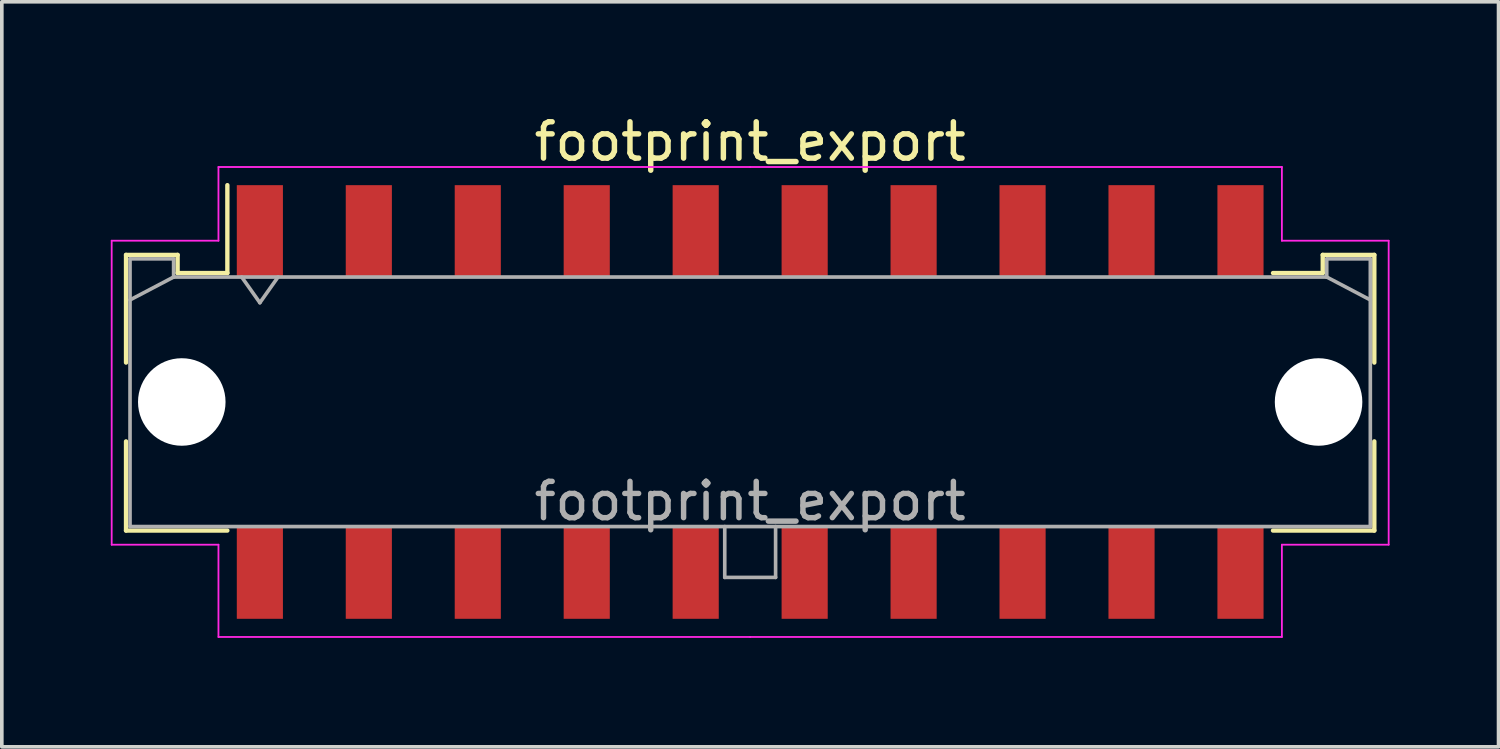
<source format=kicad_pcb>
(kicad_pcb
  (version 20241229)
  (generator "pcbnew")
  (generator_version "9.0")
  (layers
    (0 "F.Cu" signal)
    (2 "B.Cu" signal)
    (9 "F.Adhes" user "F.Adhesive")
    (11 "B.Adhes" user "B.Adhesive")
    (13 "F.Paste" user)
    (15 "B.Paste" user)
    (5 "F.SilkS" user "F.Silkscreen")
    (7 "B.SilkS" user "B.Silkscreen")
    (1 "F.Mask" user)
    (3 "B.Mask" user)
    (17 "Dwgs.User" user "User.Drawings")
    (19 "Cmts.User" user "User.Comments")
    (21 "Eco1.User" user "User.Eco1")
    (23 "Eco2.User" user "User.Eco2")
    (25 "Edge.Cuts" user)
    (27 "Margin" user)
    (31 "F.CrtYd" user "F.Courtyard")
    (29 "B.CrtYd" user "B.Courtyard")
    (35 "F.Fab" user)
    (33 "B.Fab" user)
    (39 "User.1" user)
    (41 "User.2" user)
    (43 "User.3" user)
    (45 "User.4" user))
  (footprint "footprint_export"
    (layer "F.Cu")
    (at 17.605 8.018)
    (property "Reference" "footprint_export" (at 0 -7.17 0) (layer "F.SilkS") (effects (font (size 1 1) (thickness 0.15))))
    (attr smd)
    (fp_line (start -17.185 -4.05) (end -15.765 -4.05) (stroke (width 0.12) (type solid)) (layer "F.SilkS"))
    (fp_line (start -17.185 -1.085) (end -17.185 -4.05) (stroke (width 0.12) (type solid)) (layer "F.SilkS"))
    (fp_line (start -17.185 1.085) (end -17.185 3.54) (stroke (width 0.12) (type solid)) (layer "F.SilkS"))
    (fp_line (start -17.185 3.54) (end -14.395 3.54) (stroke (width 0.12) (type solid)) (layer "F.SilkS"))
    (fp_line (start -15.765 -4.05) (end -15.765 -3.55) (stroke (width 0.12) (type solid)) (layer "F.SilkS"))
    (fp_line (start -15.765 -3.55) (end -14.395 -3.55) (stroke (width 0.12) (type solid)) (layer "F.SilkS"))
    (fp_line (start -14.395 -3.55) (end -14.395 -5.97) (stroke (width 0.12) (type solid)) (layer "F.SilkS"))
    (fp_line (start 15.765 -4.05) (end 15.765 -3.55) (stroke (width 0.12) (type solid)) (layer "F.SilkS"))
    (fp_line (start 15.765 -3.55) (end 14.395 -3.55) (stroke (width 0.12) (type solid)) (layer "F.SilkS"))
    (fp_line (start 17.185 -4.05) (end 15.765 -4.05) (stroke (width 0.12) (type solid)) (layer "F.SilkS"))
    (fp_line (start 17.185 -1.085) (end 17.185 -4.05) (stroke (width 0.12) (type solid)) (layer "F.SilkS"))
    (fp_line (start 17.185 1.085) (end 17.185 3.54) (stroke (width 0.12) (type solid)) (layer "F.SilkS"))
    (fp_line (start 17.185 3.54) (end 14.395 3.54) (stroke (width 0.12) (type solid)) (layer "F.SilkS"))
    (fp_line (start -17.58 -4.44) (end -17.58 3.93) (stroke (width 0.05) (type solid)) (layer "F.CrtYd"))
    (fp_line (start -17.58 3.93) (end -14.64 3.93) (stroke (width 0.05) (type solid)) (layer "F.CrtYd"))
    (fp_line (start -14.64 -6.47) (end -14.64 -4.44) (stroke (width 0.05) (type solid)) (layer "F.CrtYd"))
    (fp_line (start -14.64 -4.44) (end -17.58 -4.44) (stroke (width 0.05) (type solid)) (layer "F.CrtYd"))
    (fp_line (start -14.64 3.93) (end -14.64 6.47) (stroke (width 0.05) (type solid)) (layer "F.CrtYd"))
    (fp_line (start -14.64 6.47) (end 0 6.47) (stroke (width 0.05) (type solid)) (layer "F.CrtYd"))
    (fp_line (start 0 -6.47) (end -14.64 -6.47) (stroke (width 0.05) (type solid)) (layer "F.CrtYd"))
    (fp_line (start 0 -6.47) (end 14.64 -6.47) (stroke (width 0.05) (type solid)) (layer "F.CrtYd"))
    (fp_line (start 14.64 -6.47) (end 14.64 -4.44) (stroke (width 0.05) (type solid)) (layer "F.CrtYd"))
    (fp_line (start 14.64 -4.44) (end 17.58 -4.44) (stroke (width 0.05) (type solid)) (layer "F.CrtYd"))
    (fp_line (start 14.64 3.93) (end 14.64 6.47) (stroke (width 0.05) (type solid)) (layer "F.CrtYd"))
    (fp_line (start 14.64 6.47) (end 0 6.47) (stroke (width 0.05) (type solid)) (layer "F.CrtYd"))
    (fp_line (start 17.58 -4.44) (end 17.58 3.93) (stroke (width 0.05) (type solid)) (layer "F.CrtYd"))
    (fp_line (start 17.58 3.93) (end 14.64 3.93) (stroke (width 0.05) (type solid)) (layer "F.CrtYd"))
    (fp_line (start -17.075 -3.94) (end -17.075 3.43) (stroke (width 0.1) (type solid)) (layer "F.Fab"))
    (fp_line (start -17.075 -2.81) (end -15.875 -3.44) (stroke (width 0.1) (type solid)) (layer "F.Fab"))
    (fp_line (start -17.075 3.43) (end 17.075 3.43) (stroke (width 0.1) (type solid)) (layer "F.Fab"))
    (fp_line (start -15.875 -3.94) (end -17.075 -3.94) (stroke (width 0.1) (type solid)) (layer "F.Fab"))
    (fp_line (start -15.875 -3.44) (end -15.875 -3.94) (stroke (width 0.1) (type solid)) (layer "F.Fab"))
    (fp_line (start -14 -3.44) (end -13.5 -2.733) (stroke (width 0.1) (type solid)) (layer "F.Fab"))
    (fp_line (start -13.5 -2.733) (end -13 -3.44) (stroke (width 0.1) (type solid)) (layer "F.Fab"))
    (fp_line (start -0.7 3.43) (end -0.7 4.83) (stroke (width 0.1) (type solid)) (layer "F.Fab"))
    (fp_line (start -0.7 4.83) (end 0.7 4.83) (stroke (width 0.1) (type solid)) (layer "F.Fab"))
    (fp_line (start 0.7 4.83) (end 0.7 3.43) (stroke (width 0.1) (type solid)) (layer "F.Fab"))
    (fp_line (start 15.875 -3.94) (end 15.875 -3.44) (stroke (width 0.1) (type solid)) (layer "F.Fab"))
    (fp_line (start 15.875 -3.44) (end -15.875 -3.44) (stroke (width 0.1) (type solid)) (layer "F.Fab"))
    (fp_line (start 17.075 -3.94) (end 15.875 -3.94) (stroke (width 0.1) (type solid)) (layer "F.Fab"))
    (fp_line (start 17.075 -2.81) (end 15.875 -3.44) (stroke (width 0.1) (type solid)) (layer "F.Fab"))
    (fp_line (start 17.075 3.43) (end 17.075 -3.94) (stroke (width 0.1) (type solid)) (layer "F.Fab"))
    (fp_text user "${REFERENCE}" (at 0 2.73 0) (layer "F.Fab") (effects (font (size 1 1) (thickness 0.15))))
    (pad "" np_thru_hole circle (at -15.65 0) (size 2.41 2.41) (drill 2.41) (layers "*.Cu" "*.Mask"))
    (pad "" np_thru_hole circle (at 15.65 0) (size 2.41 2.41) (drill 2.41) (layers "*.Cu" "*.Mask"))
    (pad "1" smd rect (at -13.5 -4.7) (size 1.27 2.54) (layers "F.Cu" "F.Mask" "F.Paste"))
    (pad "2" smd rect (at -10.5 -4.7) (size 1.27 2.54) (layers "F.Cu" "F.Mask" "F.Paste"))
    (pad "3" smd rect (at -7.5 -4.7) (size 1.27 2.54) (layers "F.Cu" "F.Mask" "F.Paste"))
    (pad "4" smd rect (at -4.5 -4.7) (size 1.27 2.54) (layers "F.Cu" "F.Mask" "F.Paste"))
    (pad "5" smd rect (at -1.5 -4.7) (size 1.27 2.54) (layers "F.Cu" "F.Mask" "F.Paste"))
    (pad "6" smd rect (at 1.5 -4.7) (size 1.27 2.54) (layers "F.Cu" "F.Mask" "F.Paste"))
    (pad "7" smd rect (at 4.5 -4.7) (size 1.27 2.54) (layers "F.Cu" "F.Mask" "F.Paste"))
    (pad "8" smd rect (at 7.5 -4.7) (size 1.27 2.54) (layers "F.Cu" "F.Mask" "F.Paste"))
    (pad "9" smd rect (at 10.5 -4.7) (size 1.27 2.54) (layers "F.Cu" "F.Mask" "F.Paste"))
    (pad "10" smd rect (at 13.5 -4.7) (size 1.27 2.54) (layers "F.Cu" "F.Mask" "F.Paste"))
    (pad "11" smd rect (at -13.5 4.7) (size 1.27 2.54) (layers "F.Cu" "F.Mask" "F.Paste"))
    (pad "12" smd rect (at -10.5 4.7) (size 1.27 2.54) (layers "F.Cu" "F.Mask" "F.Paste"))
    (pad "13" smd rect (at -7.5 4.7) (size 1.27 2.54) (layers "F.Cu" "F.Mask" "F.Paste"))
    (pad "14" smd rect (at -4.5 4.7) (size 1.27 2.54) (layers "F.Cu" "F.Mask" "F.Paste"))
    (pad "15" smd rect (at -1.5 4.7) (size 1.27 2.54) (layers "F.Cu" "F.Mask" "F.Paste"))
    (pad "16" smd rect (at 1.5 4.7) (size 1.27 2.54) (layers "F.Cu" "F.Mask" "F.Paste"))
    (pad "17" smd rect (at 4.5 4.7) (size 1.27 2.54) (layers "F.Cu" "F.Mask" "F.Paste"))
    (pad "18" smd rect (at 7.5 4.7) (size 1.27 2.54) (layers "F.Cu" "F.Mask" "F.Paste"))
    (pad "19" smd rect (at 10.5 4.7) (size 1.27 2.54) (layers "F.Cu" "F.Mask" "F.Paste"))
    (pad "20" smd rect (at 13.5 4.7) (size 1.27 2.54) (layers "F.Cu" "F.Mask" "F.Paste")))
  (gr_rect
    (start -3 -3)
    (end 38.21 17.513)
    (stroke (width 0.1) (type default))
    (fill no)
    (layer "Edge.Cuts")))
</source>
